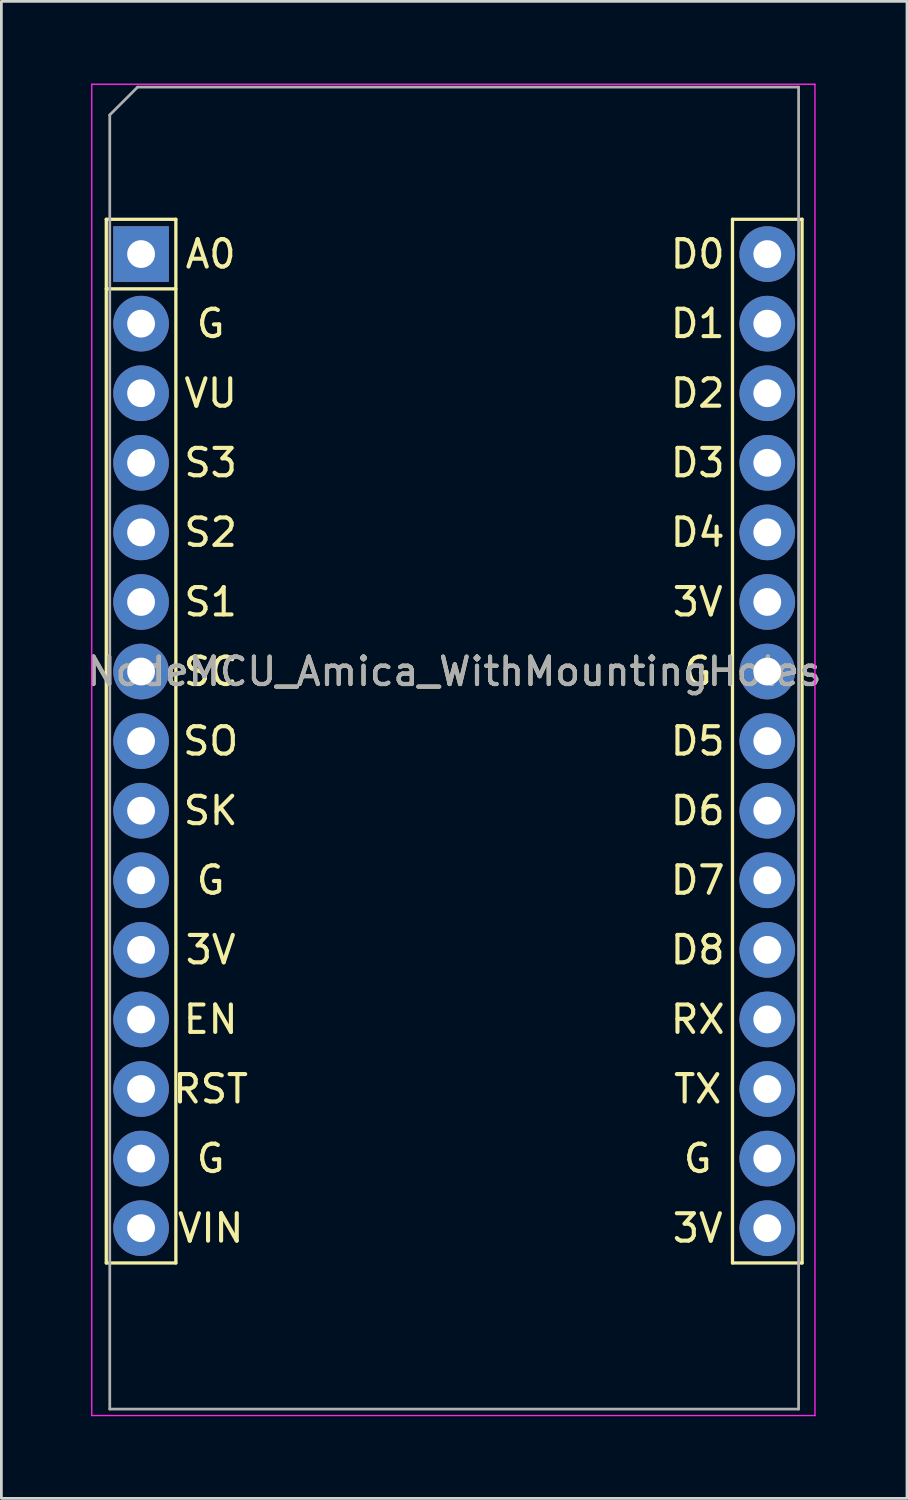
<source format=kicad_pcb>
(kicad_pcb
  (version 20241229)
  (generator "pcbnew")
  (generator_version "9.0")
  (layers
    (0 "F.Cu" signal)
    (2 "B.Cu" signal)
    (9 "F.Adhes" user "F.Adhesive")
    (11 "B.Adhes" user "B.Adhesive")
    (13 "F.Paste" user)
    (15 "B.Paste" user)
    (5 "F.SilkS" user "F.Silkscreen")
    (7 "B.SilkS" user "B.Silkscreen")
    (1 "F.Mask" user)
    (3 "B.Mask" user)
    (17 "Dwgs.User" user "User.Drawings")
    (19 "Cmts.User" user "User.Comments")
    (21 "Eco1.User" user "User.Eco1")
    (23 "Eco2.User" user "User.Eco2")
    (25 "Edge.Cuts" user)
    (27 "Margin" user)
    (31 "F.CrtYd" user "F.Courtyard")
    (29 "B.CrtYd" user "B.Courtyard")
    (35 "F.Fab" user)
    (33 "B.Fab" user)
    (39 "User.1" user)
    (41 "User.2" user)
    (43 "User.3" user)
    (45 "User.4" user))
  (footprint "NodeMCU_Amica_WithMountingHoles"
    (layer "F.Cu")
    (at 2.1 6.225)
    (property "Reference" "NodeMCU_Amica_WithMountingHoles" (at 11.43 15.24 0) (layer "F.SilkS") (effects (font (size 1 1) (thickness 0.15))))
    (attr through_hole)
    (fp_line (start -1.27 -1.27) (end -1.27 36.83) (stroke (width 0.12) (type solid)) (layer "F.SilkS"))
    (fp_line (start -1.27 36.83) (end 1.27 36.83) (stroke (width 0.12) (type solid)) (layer "F.SilkS"))
    (fp_line (start 1.27 -1.27) (end -1.27 -1.27) (stroke (width 0.12) (type solid)) (layer "F.SilkS"))
    (fp_line (start 1.27 1.27) (end -1.27 1.27) (stroke (width 0.12) (type solid)) (layer "F.SilkS"))
    (fp_line (start 1.27 36.83) (end 1.27 -1.27) (stroke (width 0.12) (type solid)) (layer "F.SilkS"))
    (fp_line (start 21.59 -1.27) (end 21.59 36.83) (stroke (width 0.12) (type solid)) (layer "F.SilkS"))
    (fp_line (start 21.59 36.83) (end 24.13 36.83) (stroke (width 0.12) (type solid)) (layer "F.SilkS"))
    (fp_line (start 24.13 -1.27) (end 21.59 -1.27) (stroke (width 0.12) (type solid)) (layer "F.SilkS"))
    (fp_line (start 24.13 36.83) (end 24.13 -1.27) (stroke (width 0.12) (type solid)) (layer "F.SilkS"))
    (fp_line (start -1.8 -6.2) (end 24.6 -6.2) (stroke (width 0.05) (type solid)) (layer "F.CrtYd"))
    (fp_line (start -1.8 42.4) (end -1.8 -6.2) (stroke (width 0.05) (type solid)) (layer "F.CrtYd"))
    (fp_line (start 24.6 -6.2) (end 24.6 42.4) (stroke (width 0.05) (type solid)) (layer "F.CrtYd"))
    (fp_line (start 24.6 42.4) (end -1.8 42.4) (stroke (width 0.05) (type solid)) (layer "F.CrtYd"))
    (fp_line (start -1.143 -5.08) (end -1.143 42.164) (stroke (width 0.1) (type solid)) (layer "F.Fab"))
    (fp_line (start -1.143 42.164) (end 24.003 42.164) (stroke (width 0.1) (type solid)) (layer "F.Fab"))
    (fp_line (start -0.127 -6.096) (end -1.143 -5.08) (stroke (width 0.1) (type solid)) (layer "F.Fab"))
    (fp_line (start 24.003 -6.096) (end -0.127 -6.096) (stroke (width 0.1) (type solid)) (layer "F.Fab"))
    (fp_line (start 24.003 42.164) (end 24.003 -6.096) (stroke (width 0.1) (type solid)) (layer "F.Fab"))
    (fp_text user "D2" (at 20.32 5.08 0) (layer "F.SilkS") (effects (font (size 1 1) (thickness 0.15))))
    (fp_text user "3V" (at 20.32 35.56 0) (layer "F.SilkS") (effects (font (size 1 1) (thickness 0.15))))
    (fp_text user "D8" (at 20.32 25.4 0) (layer "F.SilkS") (effects (font (size 1 1) (thickness 0.15))))
    (fp_text user "G" (at 20.32 15.24 0) (layer "F.SilkS") (effects (font (size 1 1) (thickness 0.15))))
    (fp_text user "SK" (at 2.54 20.32 0) (layer "F.SilkS") (effects (font (size 1 1) (thickness 0.15))))
    (fp_text user "VIN" (at 2.54 35.56 0) (layer "F.SilkS") (effects (font (size 1 1) (thickness 0.15))))
    (fp_text user "D3" (at 20.32 7.62 0) (layer "F.SilkS") (effects (font (size 1 1) (thickness 0.15))))
    (fp_text user "3V" (at 20.32 12.7 0) (layer "F.SilkS") (effects (font (size 1 1) (thickness 0.15))))
    (fp_text user "SO" (at 2.54 17.78 0) (layer "F.SilkS") (effects (font (size 1 1) (thickness 0.15))))
    (fp_text user "TX" (at 20.32 30.48 0) (layer "F.SilkS") (effects (font (size 1 1) (thickness 0.15))))
    (fp_text user "G" (at 2.54 33.02 0) (layer "F.SilkS") (effects (font (size 1 1) (thickness 0.15))))
    (fp_text user "G" (at 2.54 22.86 0) (layer "F.SilkS") (effects (font (size 1 1) (thickness 0.15))))
    (fp_text user "SC" (at 2.54 15.24 0) (layer "F.SilkS") (effects (font (size 1 1) (thickness 0.15))))
    (fp_text user "3V" (at 2.54 25.4 0) (layer "F.SilkS") (effects (font (size 1 1) (thickness 0.15))))
    (fp_text user "A0" (at 2.54 0 0) (layer "F.SilkS") (effects (font (size 1 1) (thickness 0.15))))
    (fp_text user "VU" (at 2.54 5.08 0) (layer "F.SilkS") (effects (font (size 1 1) (thickness 0.15))))
    (fp_text user "D5" (at 20.32 17.78 0) (layer "F.SilkS") (effects (font (size 1 1) (thickness 0.15))))
    (fp_text user "D0" (at 20.32 0 0) (layer "F.SilkS") (effects (font (size 1 1) (thickness 0.15))))
    (fp_text user "D1" (at 20.32 2.54 0) (layer "F.SilkS") (effects (font (size 1 1) (thickness 0.15))))
    (fp_text user "RST" (at 2.54 30.48 0) (layer "F.SilkS") (effects (font (size 1 1) (thickness 0.15))))
    (fp_text user "RX" (at 20.32 27.94 0) (layer "F.SilkS") (effects (font (size 1 1) (thickness 0.15))))
    (fp_text user "EN" (at 2.54 27.94 0) (layer "F.SilkS") (effects (font (size 1 1) (thickness 0.15))))
    (fp_text user "S3" (at 2.54 7.62 0) (layer "F.SilkS") (effects (font (size 1 1) (thickness 0.15))))
    (fp_text user "D6" (at 20.32 20.32 0) (layer "F.SilkS") (effects (font (size 1 1) (thickness 0.15))))
    (fp_text user "D4" (at 20.32 10.16 0) (layer "F.SilkS") (effects (font (size 1 1) (thickness 0.15))))
    (fp_text user "G" (at 20.32 33.02 0) (layer "F.SilkS") (effects (font (size 1 1) (thickness 0.15))))
    (fp_text user "S1" (at 2.54 12.7 0) (layer "F.SilkS") (effects (font (size 1 1) (thickness 0.15))))
    (fp_text user "D7" (at 20.32 22.86 0) (layer "F.SilkS") (effects (font (size 1 1) (thickness 0.15))))
    (fp_text user "S2" (at 2.54 10.16 0) (layer "F.SilkS") (effects (font (size 1 1) (thickness 0.15))))
    (fp_text user "G" (at 2.54 2.54 0) (layer "F.SilkS") (effects (font (size 1 1) (thickness 0.15))))
    (fp_text user "${REFERENCE}" (at 11.43 15.24 0) (layer "F.Fab") (effects (font (size 1 1) (thickness 0.15))))
    (pad "1" thru_hole rect (at 0 0) (size 2.032 2.032) (drill 1.016) (layers "*.Cu" "*.Mask"))
    (pad "2" thru_hole circle (at 0 2.54) (size 2.032 2.032) (drill 1.016) (layers "*.Cu" "*.Mask"))
    (pad "3" thru_hole circle (at 0 5.08) (size 2.032 2.032) (drill 1.016) (layers "*.Cu" "*.Mask"))
    (pad "4" thru_hole circle (at 0 7.62) (size 2.032 2.032) (drill 1.016) (layers "*.Cu" "*.Mask"))
    (pad "5" thru_hole circle (at 0 10.16) (size 2.032 2.032) (drill 1.016) (layers "*.Cu" "*.Mask"))
    (pad "6" thru_hole circle (at 0 12.7) (size 2.032 2.032) (drill 1.016) (layers "*.Cu" "*.Mask"))
    (pad "7" thru_hole circle (at 0 15.24) (size 2.032 2.032) (drill 1.016) (layers "*.Cu" "*.Mask"))
    (pad "8" thru_hole circle (at 0 17.78) (size 2.032 2.032) (drill 1.016) (layers "*.Cu" "*.Mask"))
    (pad "9" thru_hole circle (at 0 20.32) (size 2.032 2.032) (drill 1.016) (layers "*.Cu" "*.Mask"))
    (pad "10" thru_hole circle (at 0 22.86) (size 2.032 2.032) (drill 1.016) (layers "*.Cu" "*.Mask"))
    (pad "11" thru_hole circle (at 0 25.4) (size 2.032 2.032) (drill 1.016) (layers "*.Cu" "*.Mask"))
    (pad "12" thru_hole circle (at 0 27.94) (size 2.032 2.032) (drill 1.016) (layers "*.Cu" "*.Mask"))
    (pad "13" thru_hole circle (at 0 30.48) (size 2.032 2.032) (drill 1.016) (layers "*.Cu" "*.Mask"))
    (pad "14" thru_hole circle (at 0 33.02) (size 2.032 2.032) (drill 1.016) (layers "*.Cu" "*.Mask"))
    (pad "15" thru_hole circle (at 0 35.56) (size 2.032 2.032) (drill 1.016) (layers "*.Cu" "*.Mask"))
    (pad "16" thru_hole circle (at 22.86 35.56) (size 2.032 2.032) (drill 1.016) (layers "*.Cu" "*.Mask"))
    (pad "17" thru_hole circle (at 22.86 33.02) (size 2.032 2.032) (drill 1.016) (layers "*.Cu" "*.Mask"))
    (pad "18" thru_hole circle (at 22.86 30.48) (size 2.032 2.032) (drill 1.016) (layers "*.Cu" "*.Mask"))
    (pad "19" thru_hole circle (at 22.86 27.94) (size 2.032 2.032) (drill 1.016) (layers "*.Cu" "*.Mask"))
    (pad "20" thru_hole circle (at 22.86 25.4) (size 2.032 2.032) (drill 1.016) (layers "*.Cu" "*.Mask"))
    (pad "21" thru_hole circle (at 22.86 22.86) (size 2.032 2.032) (drill 1.016) (layers "*.Cu" "*.Mask"))
    (pad "22" thru_hole circle (at 22.86 20.32) (size 2.032 2.032) (drill 1.016) (layers "*.Cu" "*.Mask"))
    (pad "23" thru_hole circle (at 22.86 17.78) (size 2.032 2.032) (drill 1.016) (layers "*.Cu" "*.Mask"))
    (pad "24" thru_hole circle (at 22.86 15.24) (size 2.032 2.032) (drill 1.016) (layers "*.Cu" "*.Mask"))
    (pad "25" thru_hole circle (at 22.86 12.7) (size 2.032 2.032) (drill 1.016) (layers "*.Cu" "*.Mask"))
    (pad "26" thru_hole circle (at 22.86 10.16) (size 2.032 2.032) (drill 1.016) (layers "*.Cu" "*.Mask"))
    (pad "27" thru_hole circle (at 22.86 7.62) (size 2.032 2.032) (drill 1.016) (layers "*.Cu" "*.Mask"))
    (pad "28" thru_hole circle (at 22.86 5.08) (size 2.032 2.032) (drill 1.016) (layers "*.Cu" "*.Mask"))
    (pad "29" thru_hole circle (at 22.86 2.54) (size 2.032 2.032) (drill 1.016) (layers "*.Cu" "*.Mask"))
    (pad "30" thru_hole circle (at 22.86 0) (size 2.032 2.032) (drill 1.016) (layers "*.Cu" "*.Mask")))
  (gr_rect
    (start -3 -3)
    (end 30.06 51.65)
    (stroke (width 0.1) (type default))
    (fill no)
    (layer "Edge.Cuts")))
</source>
